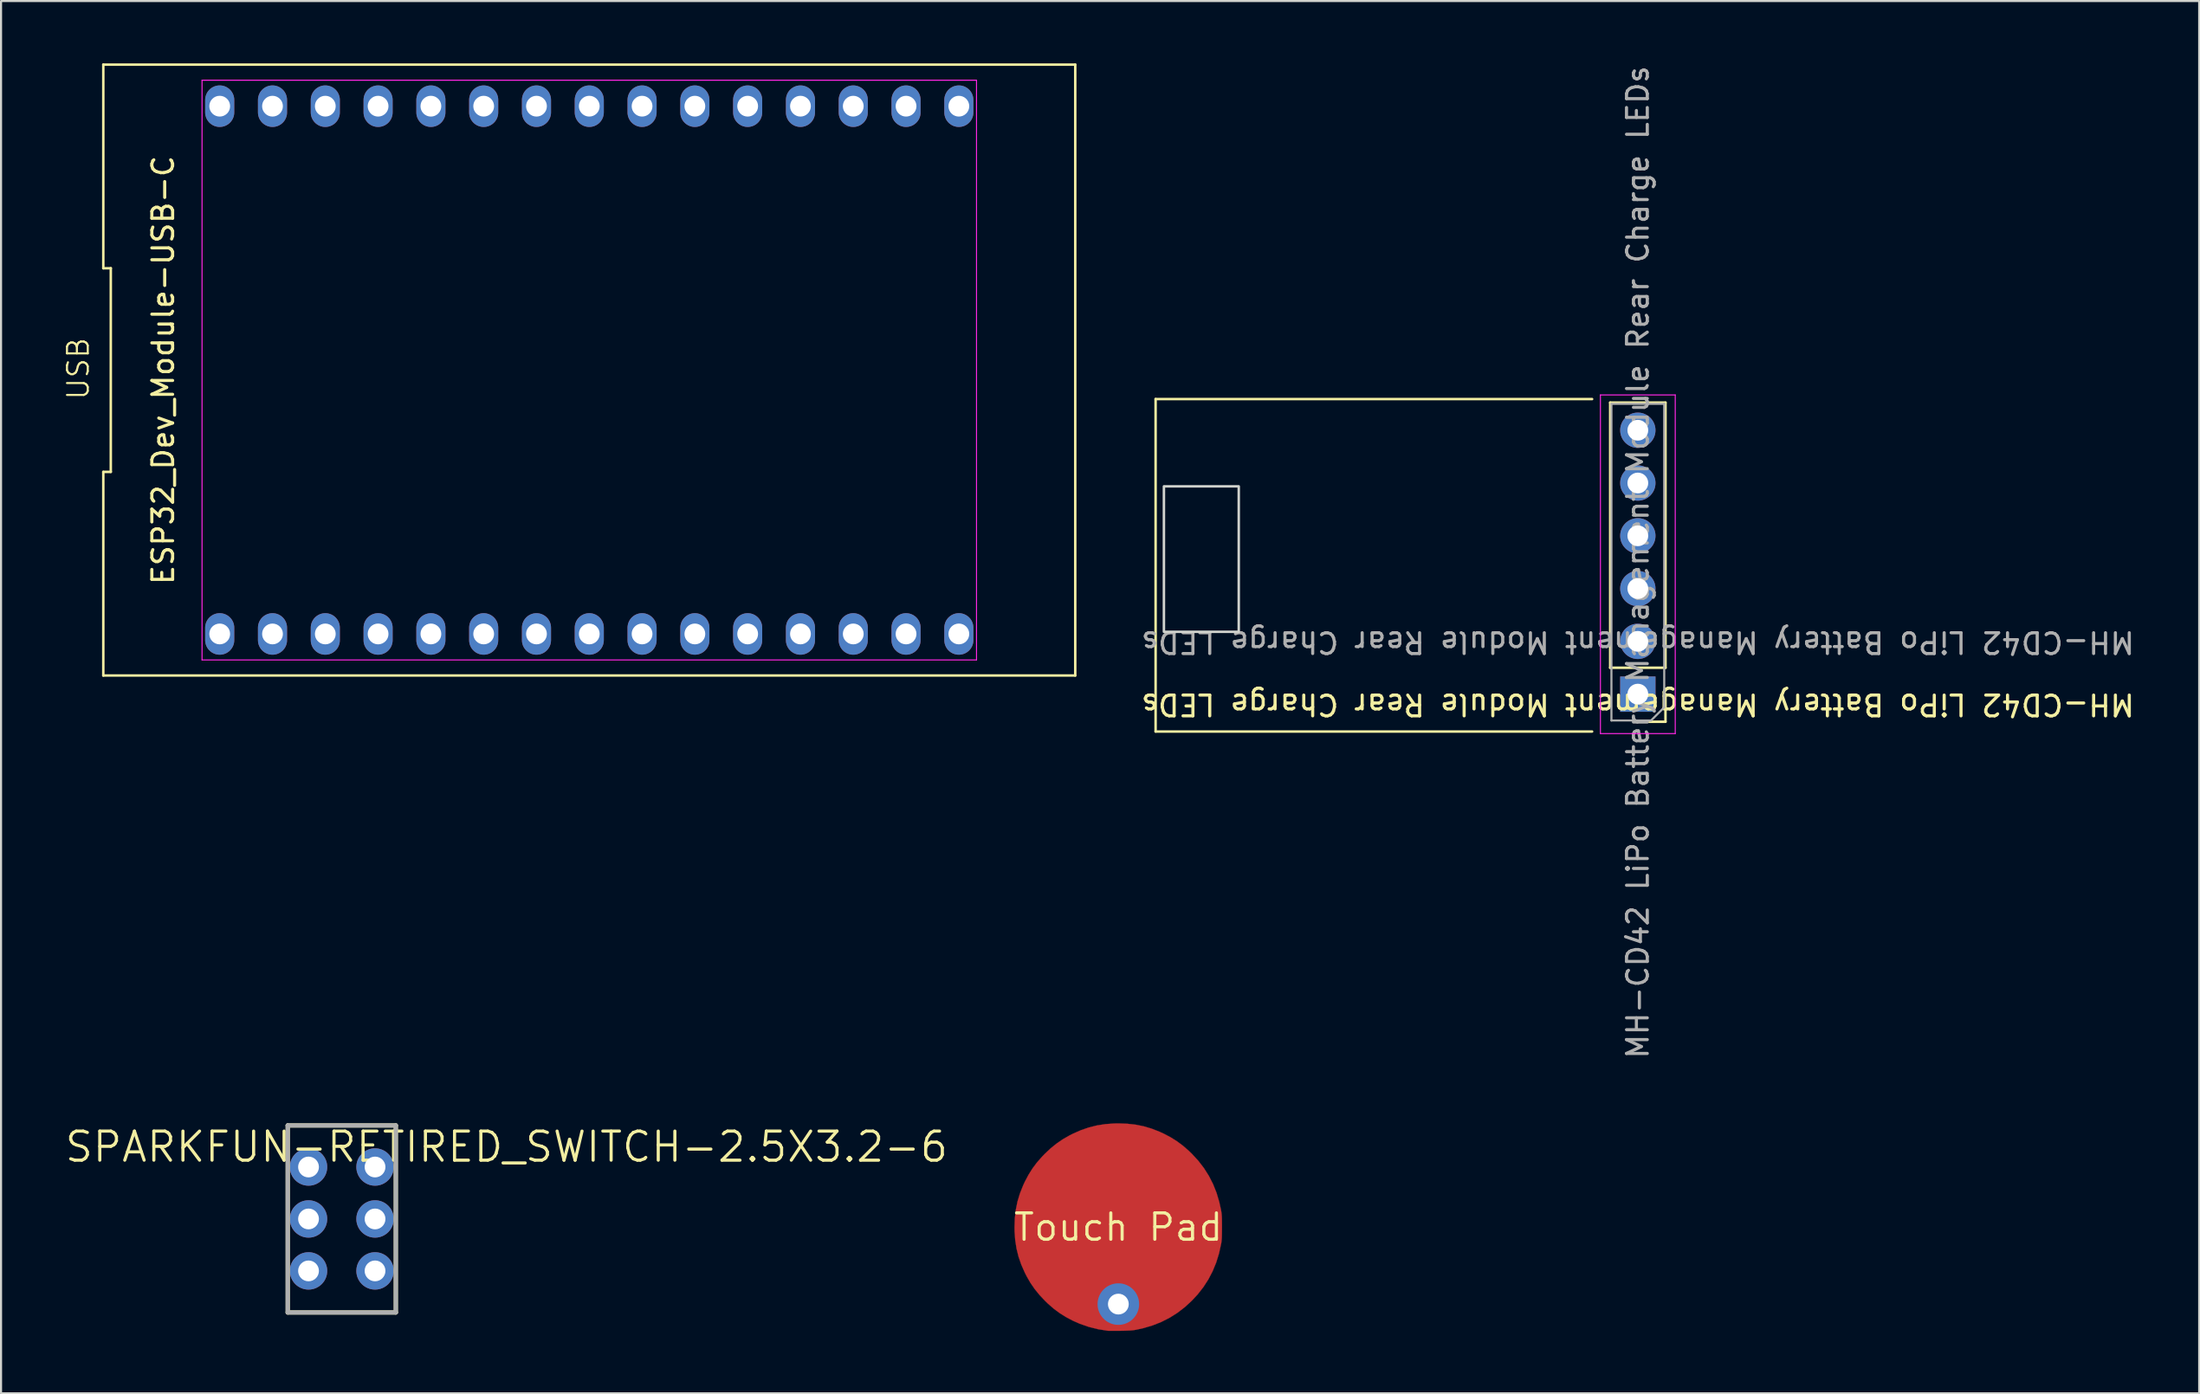
<source format=kicad_pcb>
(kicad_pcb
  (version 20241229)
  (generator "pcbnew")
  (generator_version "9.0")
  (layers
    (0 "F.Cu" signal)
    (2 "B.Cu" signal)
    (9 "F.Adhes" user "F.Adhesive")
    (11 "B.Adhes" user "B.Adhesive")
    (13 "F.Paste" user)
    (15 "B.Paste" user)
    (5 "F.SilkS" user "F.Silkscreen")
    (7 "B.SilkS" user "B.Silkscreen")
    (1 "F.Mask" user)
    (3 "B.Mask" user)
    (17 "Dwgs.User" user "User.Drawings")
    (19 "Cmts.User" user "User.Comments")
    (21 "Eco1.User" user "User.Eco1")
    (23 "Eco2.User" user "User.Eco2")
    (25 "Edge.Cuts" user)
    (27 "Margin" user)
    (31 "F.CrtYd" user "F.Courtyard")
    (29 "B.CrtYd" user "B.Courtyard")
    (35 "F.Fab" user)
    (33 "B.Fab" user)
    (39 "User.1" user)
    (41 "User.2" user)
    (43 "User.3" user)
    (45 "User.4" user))
  (footprint "Touch Pad"
    (layer "F.Cu")
    (at 50.754 56.012)
    (property "Reference" "Touch Pad" (at 0 0 0) (layer "F.SilkS") (effects (font (size 1.27 1.27) (thickness 0.15))))
    (attr through_hole)
    (fp_poly (pts (xy 0.428 -4.98) (xy 0.832 -4.935) (xy 1.221 -4.856) (xy 1.602 -4.743) (xy 1.983 -4.594) (xy 2.191 -4.498) (xy 2.519 -4.325) (xy 2.821 -4.135) (xy 3.106 -3.923) (xy 3.385 -3.68) (xy 3.535 -3.535) (xy 3.846 -3.197) (xy 4.119 -2.842) (xy 4.355 -2.469) (xy 4.556 -2.075) (xy 4.722 -1.659) (xy 4.853 -1.218) (xy 4.937 -0.836) (xy 4.952 -0.754) (xy 4.963 -0.677) (xy 4.971 -0.599) (xy 4.977 -0.512) (xy 4.981 -0.409) (xy 4.983 -0.283) (xy 4.984 -0.127) (xy 4.984 0) (xy 4.983 0.191) (xy 4.981 0.347) (xy 4.978 0.473) (xy 4.972 0.577) (xy 4.964 0.666) (xy 4.954 0.745) (xy 4.945 0.794) (xy 4.843 1.259) (xy 4.707 1.699) (xy 4.536 2.115) (xy 4.331 2.509) (xy 4.09 2.882) (xy 3.813 3.236) (xy 3.535 3.535) (xy 3.196 3.847) (xy 2.839 4.121) (xy 2.463 4.358) (xy 2.067 4.559) (xy 1.648 4.725) (xy 1.205 4.857) (xy 0.847 4.935) (xy 0.758 4.95) (xy 0.664 4.961) (xy 0.557 4.97) (xy 0.429 4.976) (xy 0.273 4.981) (xy 0.095 4.984) (xy -0.055 4.986) (xy -0.194 4.986) (xy -0.316 4.986) (xy -0.414 4.986) (xy -0.482 4.984) (xy -0.508 4.983) (xy -0.976 4.908) (xy -1.427 4.795) (xy -1.861 4.644) (xy -2.191 4.498) (xy -2.523 4.322) (xy -2.827 4.131) (xy -3.114 3.917) (xy -3.394 3.672) (xy -3.535 3.535) (xy -3.798 3.255) (xy -4.026 2.973) (xy -4.228 2.68) (xy -4.41 2.363) (xy -4.498 2.191) (xy -4.669 1.803) (xy -4.802 1.417) (xy -4.899 1.026) (xy -4.962 0.622) (xy -4.992 0.2) (xy -4.995 0) (xy -4.98 -0.434) (xy -4.932 -0.845) (xy -4.851 -1.241) (xy -4.734 -1.628) (xy -4.58 -2.014) (xy -4.498 -2.191) (xy -4.323 -2.522) (xy -4.132 -2.826) (xy -3.918 -3.113) (xy -3.673 -3.392) (xy -3.535 -3.535) (xy -3.255 -3.798) (xy -2.973 -4.026) (xy -2.68 -4.228) (xy -2.363 -4.41) (xy -2.191 -4.498) (xy -1.803 -4.669) (xy -1.417 -4.802) (xy -1.026 -4.899) (xy -0.622 -4.962) (xy -0.2 -4.992) (xy 0 -4.995) (xy 0.428 -4.98)) (stroke (width 0.01) (type solid)) (fill yes) (layer "F.Cu"))
    (pad "1" thru_hole circle (at 0 3.7) (size 2 2) (drill 1) (layers "*.Cu" "*.Mask")))
  (footprint "SPARKFUN-RETIRED_SWITCH-2.5X3.2-6"
    (layer "F.Cu")
    (at 11.793 58.114)
    (property "Reference" "SPARKFUN-RETIRED_SWITCH-2.5X3.2-6" (at 9.525 -5.969 0) (layer "F.SilkS") (effects (font (size 1.4 1.4) (thickness 0.15))))
    (attr through_hole)
    (fp_line (start -1 -7) (end -1 2) (stroke (width 0.203) (type solid)) (layer "F.SilkS"))
    (fp_line (start -1 2) (end 4.2 2) (stroke (width 0.203) (type solid)) (layer "F.SilkS"))
    (fp_line (start 4.2 -7) (end -1 -7) (stroke (width 0.203) (type solid)) (layer "F.SilkS"))
    (fp_line (start 4.2 2) (end 4.2 -7) (stroke (width 0.203) (type solid)) (layer "F.SilkS"))
    (fp_line (start -1 -7) (end -1 2) (stroke (width 0.203) (type solid)) (layer "F.Fab"))
    (fp_line (start -1 2) (end 4.2 2) (stroke (width 0.203) (type solid)) (layer "F.Fab"))
    (fp_line (start 4.2 -7) (end -1 -7) (stroke (width 0.203) (type solid)) (layer "F.Fab"))
    (fp_line (start 4.2 2) (end 4.2 -7) (stroke (width 0.203) (type solid)) (layer "F.Fab"))
    (pad "1" thru_hole circle (at 0 0) (size 1.8 1.8) (drill 1) (layers "*.Cu" "*.Mask"))
    (pad "2" thru_hole circle (at 0 -2.5) (size 1.8 1.8) (drill 1) (layers "*.Cu" "*.Mask"))
    (pad "3" thru_hole circle (at 0 -5) (size 1.8 1.8) (drill 1) (layers "*.Cu" "*.Mask"))
    (pad "4" thru_hole circle (at 3.2 0) (size 1.8 1.8) (drill 1) (layers "*.Cu" "*.Mask"))
    (pad "5" thru_hole circle (at 3.2 -2.5) (size 1.8 1.8) (drill 1) (layers "*.Cu" "*.Mask"))
    (pad "6" thru_hole circle (at 3.2 -5) (size 1.8 1.8) (drill 1) (layers "*.Cu" "*.Mask")))
  (footprint "MH-CD42 LiPo Battery Management Module Rear Charge LEDs"
    (layer "F.Cu")
    (at 75.746 17.756)
    (property "Reference" "MH-CD42 LiPo Battery Management Module Rear Charge LEDs" (at 0 13.1 180) (unlocked yes) (layer "F.SilkS") (effects (font (size 1 1) (thickness 0.15))))
    (attr through_hole)
    (fp_line (start -23.2 -1.6) (end -23.2 14.4) (stroke (width 0.12) (type solid)) (layer "F.SilkS"))
    (fp_line (start -23.2 14.4) (end -2.2 14.4) (stroke (width 0.12) (type solid)) (layer "F.SilkS"))
    (fp_line (start -2.2 -1.6) (end -23.2 -1.6) (stroke (width 0.12) (type solid)) (layer "F.SilkS"))
    (fp_line (start -1.33 11.33) (end -1.33 -1.43) (stroke (width 0.12) (type solid)) (layer "F.SilkS"))
    (fp_line (start 1.33 -1.43) (end -1.33 -1.43) (stroke (width 0.12) (type solid)) (layer "F.SilkS"))
    (fp_line (start 1.33 11.33) (end -1.33 11.33) (stroke (width 0.12) (type solid)) (layer "F.SilkS"))
    (fp_line (start 1.33 11.33) (end 1.33 -1.43) (stroke (width 0.12) (type solid)) (layer "F.SilkS"))
    (fp_line (start 1.33 12.6) (end 1.33 13.93) (stroke (width 0.12) (type solid)) (layer "F.SilkS"))
    (fp_line (start 1.33 13.93) (end 0 13.93) (stroke (width 0.12) (type solid)) (layer "F.SilkS"))
    (fp_rect (start -22.8 2.6) (end -19.2 9.6) (stroke (width 0.12) (type solid)) (fill no) (layer "Edge.Cuts"))
    (fp_line (start -1.8 -1.8) (end -1.8 14.5) (stroke (width 0.05) (type solid)) (layer "F.CrtYd"))
    (fp_line (start -1.8 14.5) (end 1.8 14.5) (stroke (width 0.05) (type solid)) (layer "F.CrtYd"))
    (fp_line (start 1.8 -1.8) (end -1.8 -1.8) (stroke (width 0.05) (type solid)) (layer "F.CrtYd"))
    (fp_line (start 1.8 14.5) (end 1.8 -1.8) (stroke (width 0.05) (type solid)) (layer "F.CrtYd"))
    (fp_line (start -1.27 -1.37) (end 1.27 -1.37) (stroke (width 0.1) (type solid)) (layer "F.Fab"))
    (fp_line (start -1.27 13.87) (end -1.27 -1.37) (stroke (width 0.1) (type solid)) (layer "F.Fab"))
    (fp_line (start 0.635 13.87) (end -1.27 13.87) (stroke (width 0.1) (type solid)) (layer "F.Fab"))
    (fp_line (start 1.27 -1.37) (end 1.27 13.235) (stroke (width 0.1) (type solid)) (layer "F.Fab"))
    (fp_line (start 1.27 13.235) (end 0.635 13.87) (stroke (width 0.1) (type solid)) (layer "F.Fab"))
    (fp_text user "${REFERENCE}" (at 0 6.25 270) (layer "F.Fab") (effects (font (size 1 1) (thickness 0.15))))
    (fp_text user "${REFERENCE}" (at 0 10.1 180) (unlocked yes) (layer "F.Fab") (effects (font (size 1 1) (thickness 0.15))))
    (pad "1" thru_hole rect (at 0 12.6 180) (size 1.7 1.7) (drill 1) (layers "*.Cu" "*.Mask"))
    (pad "2" thru_hole oval (at 0 10.06 180) (size 1.7 1.7) (drill 1) (layers "*.Cu" "*.Mask"))
    (pad "3" thru_hole oval (at 0 7.52 180) (size 1.7 1.7) (drill 1) (layers "*.Cu" "*.Mask"))
    (pad "4" thru_hole oval (at 0 4.98 180) (size 1.7 1.7) (drill 1) (layers "*.Cu" "*.Mask"))
    (pad "5" thru_hole oval (at 0 2.44 180) (size 1.7 1.7) (drill 1) (layers "*.Cu" "*.Mask"))
    (pad "6" thru_hole oval (at 0 -0.1 180) (size 1.7 1.7) (drill 1) (layers "*.Cu" "*.Mask")))
  (footprint "ESP32_Dev_Module-USB-C"
    (layer "F.Cu")
    (at 25.3 14.76)
    (property "Reference" "ESP32_Dev_Module-USB-C" (at -20.5 0 90) (layer "F.SilkS") (effects (font (size 1 1) (thickness 0.15))))
    (attr through_hole)
    (fp_line (start -23.38 -14.7) (end -23.38 -4.9) (stroke (width 0.12) (type default)) (layer "F.SilkS"))
    (fp_line (start -23.38 -4.9) (end -23.02 -4.9) (stroke (width 0.12) (type default)) (layer "F.SilkS"))
    (fp_line (start -23.38 4.9) (end -23.38 14.7) (stroke (width 0.12) (type default)) (layer "F.SilkS"))
    (fp_line (start -23.38 14.7) (end 23.38 14.7) (stroke (width 0.12) (type default)) (layer "F.SilkS"))
    (fp_line (start -23.02 -4.9) (end -23.02 4.9) (stroke (width 0.12) (type default)) (layer "F.SilkS"))
    (fp_line (start -23.02 4.9) (end -23.38 4.9) (stroke (width 0.12) (type default)) (layer "F.SilkS"))
    (fp_line (start 23.38 -14.7) (end -23.38 -14.7) (stroke (width 0.12) (type default)) (layer "F.SilkS"))
    (fp_line (start 23.38 14.7) (end 23.38 -14.7) (stroke (width 0.12) (type default)) (layer "F.SilkS"))
    (fp_line (start -18.63 -13.95) (end 18.63 -13.95) (stroke (width 0.05) (type default)) (layer "F.CrtYd"))
    (fp_line (start -18.63 13.95) (end -18.63 -13.95) (stroke (width 0.05) (type default)) (layer "F.CrtYd"))
    (fp_line (start 18.63 -13.95) (end 18.63 13.95) (stroke (width 0.05) (type default)) (layer "F.CrtYd"))
    (fp_line (start 18.63 13.95) (end -18.63 13.95) (stroke (width 0.05) (type default)) (layer "F.CrtYd"))
    (fp_text user "USB" (at -24 1.5 90) (unlocked yes) (layer "F.SilkS") (effects (font (size 1 1) (thickness 0.1)) (justify left bottom)))
    (pad "1" thru_hole oval (at -17.78 12.7) (size 1.4 2) (drill 1) (layers "*.Cu" "*.Mask"))
    (pad "2" thru_hole oval (at -15.24 12.7) (size 1.4 2) (drill 1) (layers "*.Cu" "*.Mask"))
    (pad "3" thru_hole oval (at -12.7 12.7) (size 1.4 2) (drill 1) (layers "*.Cu" "*.Mask"))
    (pad "4" thru_hole oval (at -10.16 12.7) (size 1.4 2) (drill 1) (layers "*.Cu" "*.Mask"))
    (pad "5" thru_hole oval (at -7.62 12.7) (size 1.4 2) (drill 1) (layers "*.Cu" "*.Mask"))
    (pad "6" thru_hole oval (at -5.08 12.7) (size 1.4 2) (drill 1) (layers "*.Cu" "*.Mask"))
    (pad "7" thru_hole oval (at -2.54 12.7) (size 1.4 2) (drill 1) (layers "*.Cu" "*.Mask"))
    (pad "8" thru_hole oval (at 0 12.7) (size 1.4 2) (drill 1) (layers "*.Cu" "*.Mask"))
    (pad "9" thru_hole oval (at 2.54 12.7) (size 1.4 2) (drill 1) (layers "*.Cu" "*.Mask"))
    (pad "10" thru_hole oval (at 5.08 12.7) (size 1.4 2) (drill 1) (layers "*.Cu" "*.Mask"))
    (pad "11" thru_hole oval (at 7.62 12.7) (size 1.4 2) (drill 1) (layers "*.Cu" "*.Mask"))
    (pad "12" thru_hole oval (at 10.16 12.7) (size 1.4 2) (drill 1) (layers "*.Cu" "*.Mask"))
    (pad "13" thru_hole oval (at 12.7 12.7) (size 1.4 2) (drill 1) (layers "*.Cu" "*.Mask"))
    (pad "14" thru_hole oval (at 15.24 12.7) (size 1.4 2) (drill 1) (layers "*.Cu" "*.Mask"))
    (pad "15" thru_hole oval (at 17.78 12.7) (size 1.4 2) (drill 1) (layers "*.Cu" "*.Mask"))
    (pad "16" thru_hole oval (at 17.78 -12.7) (size 1.4 2) (drill 1) (layers "*.Cu" "*.Mask"))
    (pad "17" thru_hole oval (at 15.24 -12.7) (size 1.4 2) (drill 1) (layers "*.Cu" "*.Mask"))
    (pad "18" thru_hole oval (at 12.7 -12.7) (size 1.4 2) (drill 1) (layers "*.Cu" "*.Mask"))
    (pad "19" thru_hole oval (at 10.16 -12.7) (size 1.4 2) (drill 1) (layers "*.Cu" "*.Mask"))
    (pad "20" thru_hole oval (at 7.62 -12.7) (size 1.4 2) (drill 1) (layers "*.Cu" "*.Mask"))
    (pad "21" thru_hole oval (at 5.08 -12.7) (size 1.4 2) (drill 1) (layers "*.Cu" "*.Mask"))
    (pad "22" thru_hole oval (at 2.54 -12.7) (size 1.4 2) (drill 1) (layers "*.Cu" "*.Mask"))
    (pad "23" thru_hole oval (at 0 -12.7) (size 1.4 2) (drill 1) (layers "*.Cu" "*.Mask"))
    (pad "24" thru_hole oval (at -2.54 -12.7) (size 1.4 2) (drill 1) (layers "*.Cu" "*.Mask"))
    (pad "25" thru_hole oval (at -5.08 -12.7) (size 1.4 2) (drill 1) (layers "*.Cu" "*.Mask"))
    (pad "26" thru_hole oval (at -7.62 -12.7) (size 1.4 2) (drill 1) (layers "*.Cu" "*.Mask"))
    (pad "27" thru_hole oval (at -10.16 -12.7) (size 1.4 2) (drill 1) (layers "*.Cu" "*.Mask"))
    (pad "28" thru_hole oval (at -12.7 -12.7) (size 1.4 2) (drill 1) (layers "*.Cu" "*.Mask"))
    (pad "29" thru_hole oval (at -15.24 -12.7) (size 1.4 2) (drill 1) (layers "*.Cu" "*.Mask"))
    (pad "30" thru_hole oval (at -17.78 -12.7) (size 1.4 2) (drill 1) (layers "*.Cu" "*.Mask")))
  (gr_rect
    (start -3 -3)
    (end 102.752 64.004)
    (stroke (width 0.1) (type default))
    (fill no)
    (layer "Edge.Cuts")))
</source>
